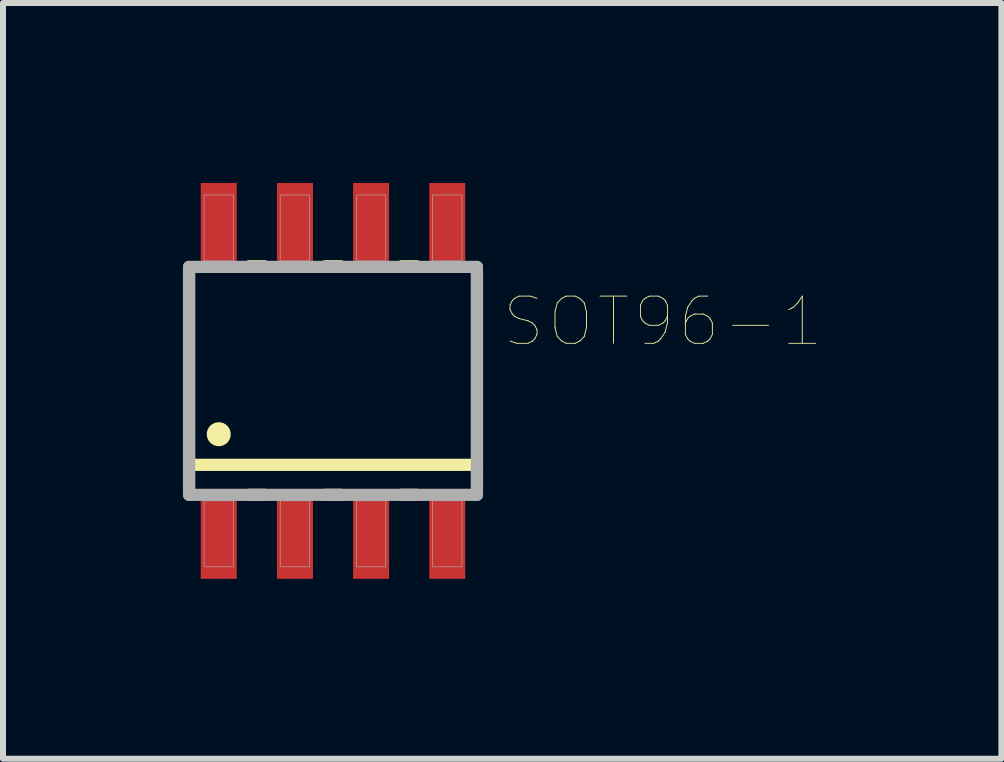
<source format=kicad_pcb>
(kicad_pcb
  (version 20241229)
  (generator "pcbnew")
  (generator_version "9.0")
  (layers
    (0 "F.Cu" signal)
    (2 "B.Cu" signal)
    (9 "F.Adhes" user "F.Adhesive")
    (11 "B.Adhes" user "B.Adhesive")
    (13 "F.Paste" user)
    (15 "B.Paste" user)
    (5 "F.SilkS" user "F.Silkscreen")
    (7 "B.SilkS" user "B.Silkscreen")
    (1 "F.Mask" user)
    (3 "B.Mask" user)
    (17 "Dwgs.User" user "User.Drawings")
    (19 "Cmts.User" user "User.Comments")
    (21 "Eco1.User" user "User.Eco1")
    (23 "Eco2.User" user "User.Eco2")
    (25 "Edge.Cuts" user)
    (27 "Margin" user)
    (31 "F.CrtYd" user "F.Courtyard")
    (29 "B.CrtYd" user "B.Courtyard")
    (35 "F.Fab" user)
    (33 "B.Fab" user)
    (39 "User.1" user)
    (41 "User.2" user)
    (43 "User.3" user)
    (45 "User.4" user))
  (footprint "SOT96-1"
    (layer "F.Cu")
    (at 2.502 3.3)
    (property "Reference" "SOT96-1" (at 5.5 -0.99 0) (layer "F.SilkS") (effects (font (size 0.787 0.787) (thickness 0.015))))
    (attr through_hole)
    (fp_line (start -2.4 1.4) (end -2.4 -1.8) (stroke (width 0.203) (type solid)) (layer "F.SilkS"))
    (fp_line (start -2.4 1.4) (end -2.4 1.8) (stroke (width 0.203) (type solid)) (layer "F.SilkS"))
    (fp_line (start -1.397 -1.91) (end -1.143 -1.91) (stroke (width 0.203) (type solid)) (layer "F.SilkS"))
    (fp_line (start -1.397 1.9) (end -1.143 1.9) (stroke (width 0.203) (type solid)) (layer "F.SilkS"))
    (fp_line (start -0.127 -1.91) (end 0.127 -1.91) (stroke (width 0.203) (type solid)) (layer "F.SilkS"))
    (fp_line (start -0.127 1.9) (end 0.127 1.9) (stroke (width 0.203) (type solid)) (layer "F.SilkS"))
    (fp_line (start 1.143 -1.91) (end 1.397 -1.91) (stroke (width 0.203) (type solid)) (layer "F.SilkS"))
    (fp_line (start 1.143 1.9) (end 1.397 1.9) (stroke (width 0.203) (type solid)) (layer "F.SilkS"))
    (fp_line (start 2.4 -1.8) (end 2.4 1.4) (stroke (width 0.203) (type solid)) (layer "F.SilkS"))
    (fp_line (start 2.4 1.4) (end -2.4 1.4) (stroke (width 0.203) (type solid)) (layer "F.SilkS"))
    (fp_line (start 2.4 1.4) (end 2.4 1.8) (stroke (width 0.203) (type solid)) (layer "F.SilkS"))
    (fp_circle (center -1.905 0.889) (end -1.705 0.889) (stroke (width 0) (type solid)) (fill yes) (layer "F.SilkS"))
    (fp_line (start -2.4 -1.9) (end 2.4 -1.9) (stroke (width 0.203) (type solid)) (layer "F.Fab"))
    (fp_line (start -2.4 1.4) (end -2.4 -1.9) (stroke (width 0.203) (type solid)) (layer "F.Fab"))
    (fp_line (start -2.4 1.9) (end -2.4 1.4) (stroke (width 0.203) (type solid)) (layer "F.Fab"))
    (fp_line (start 2.4 -1.9) (end 2.4 1.4) (stroke (width 0.203) (type solid)) (layer "F.Fab"))
    (fp_line (start 2.4 1.4) (end 2.4 1.9) (stroke (width 0.203) (type solid)) (layer "F.Fab"))
    (fp_line (start 2.4 1.9) (end -2.4 1.9) (stroke (width 0.203) (type solid)) (layer "F.Fab"))
    (fp_poly (pts (xy -2.15 -3.1) (xy -1.66 -3.1) (xy -1.66 -2) (xy -2.15 -2)) (stroke (width 0.01) (type solid)) (fill no) (layer "F.Fab"))
    (fp_poly (pts (xy -2.15 2) (xy -1.66 2) (xy -1.66 3.1) (xy -2.15 3.1)) (stroke (width 0.01) (type solid)) (fill no) (layer "F.Fab"))
    (fp_poly (pts (xy -0.88 -3.1) (xy -0.39 -3.1) (xy -0.39 -2) (xy -0.88 -2)) (stroke (width 0.01) (type solid)) (fill no) (layer "F.Fab"))
    (fp_poly (pts (xy -0.88 2) (xy -0.39 2) (xy -0.39 3.1) (xy -0.88 3.1)) (stroke (width 0.01) (type solid)) (fill no) (layer "F.Fab"))
    (fp_poly (pts (xy 0.39 -3.1) (xy 0.88 -3.1) (xy 0.88 -2) (xy 0.39 -2)) (stroke (width 0.01) (type solid)) (fill no) (layer "F.Fab"))
    (fp_poly (pts (xy 0.39 2) (xy 0.88 2) (xy 0.88 3.1) (xy 0.39 3.1)) (stroke (width 0.01) (type solid)) (fill no) (layer "F.Fab"))
    (fp_poly (pts (xy 1.66 -3.1) (xy 2.15 -3.1) (xy 2.15 -2) (xy 1.66 -2)) (stroke (width 0.01) (type solid)) (fill no) (layer "F.Fab"))
    (fp_poly (pts (xy 1.66 2) (xy 2.15 2) (xy 2.15 3.1) (xy 1.66 3.1)) (stroke (width 0.01) (type solid)) (fill no) (layer "F.Fab"))
    (pad "1" smd rect (at -1.905 2.65) (size 0.6 1.3) (layers "F.Cu" "F.Mask" "F.Paste"))
    (pad "2" smd rect (at -0.635 2.65) (size 0.6 1.3) (layers "F.Cu" "F.Mask" "F.Paste"))
    (pad "3" smd rect (at 0.635 2.65) (size 0.6 1.3) (layers "F.Cu" "F.Mask" "F.Paste"))
    (pad "4" smd rect (at 1.905 2.65) (size 0.6 1.3) (layers "F.Cu" "F.Mask" "F.Paste"))
    (pad "5" smd rect (at 1.905 -2.65) (size 0.6 1.3) (layers "F.Cu" "F.Mask" "F.Paste"))
    (pad "6" smd rect (at 0.635 -2.65) (size 0.6 1.3) (layers "F.Cu" "F.Mask" "F.Paste"))
    (pad "7" smd rect (at -0.635 -2.65) (size 0.6 1.3) (layers "F.Cu" "F.Mask" "F.Paste"))
    (pad "8" smd rect (at -1.905 -2.65) (size 0.6 1.3) (layers "F.Cu" "F.Mask" "F.Paste")))
  (gr_rect
    (start -3 -3)
    (end 13.645 9.6)
    (stroke (width 0.1) (type default))
    (fill no)
    (layer "Edge.Cuts")))
</source>
